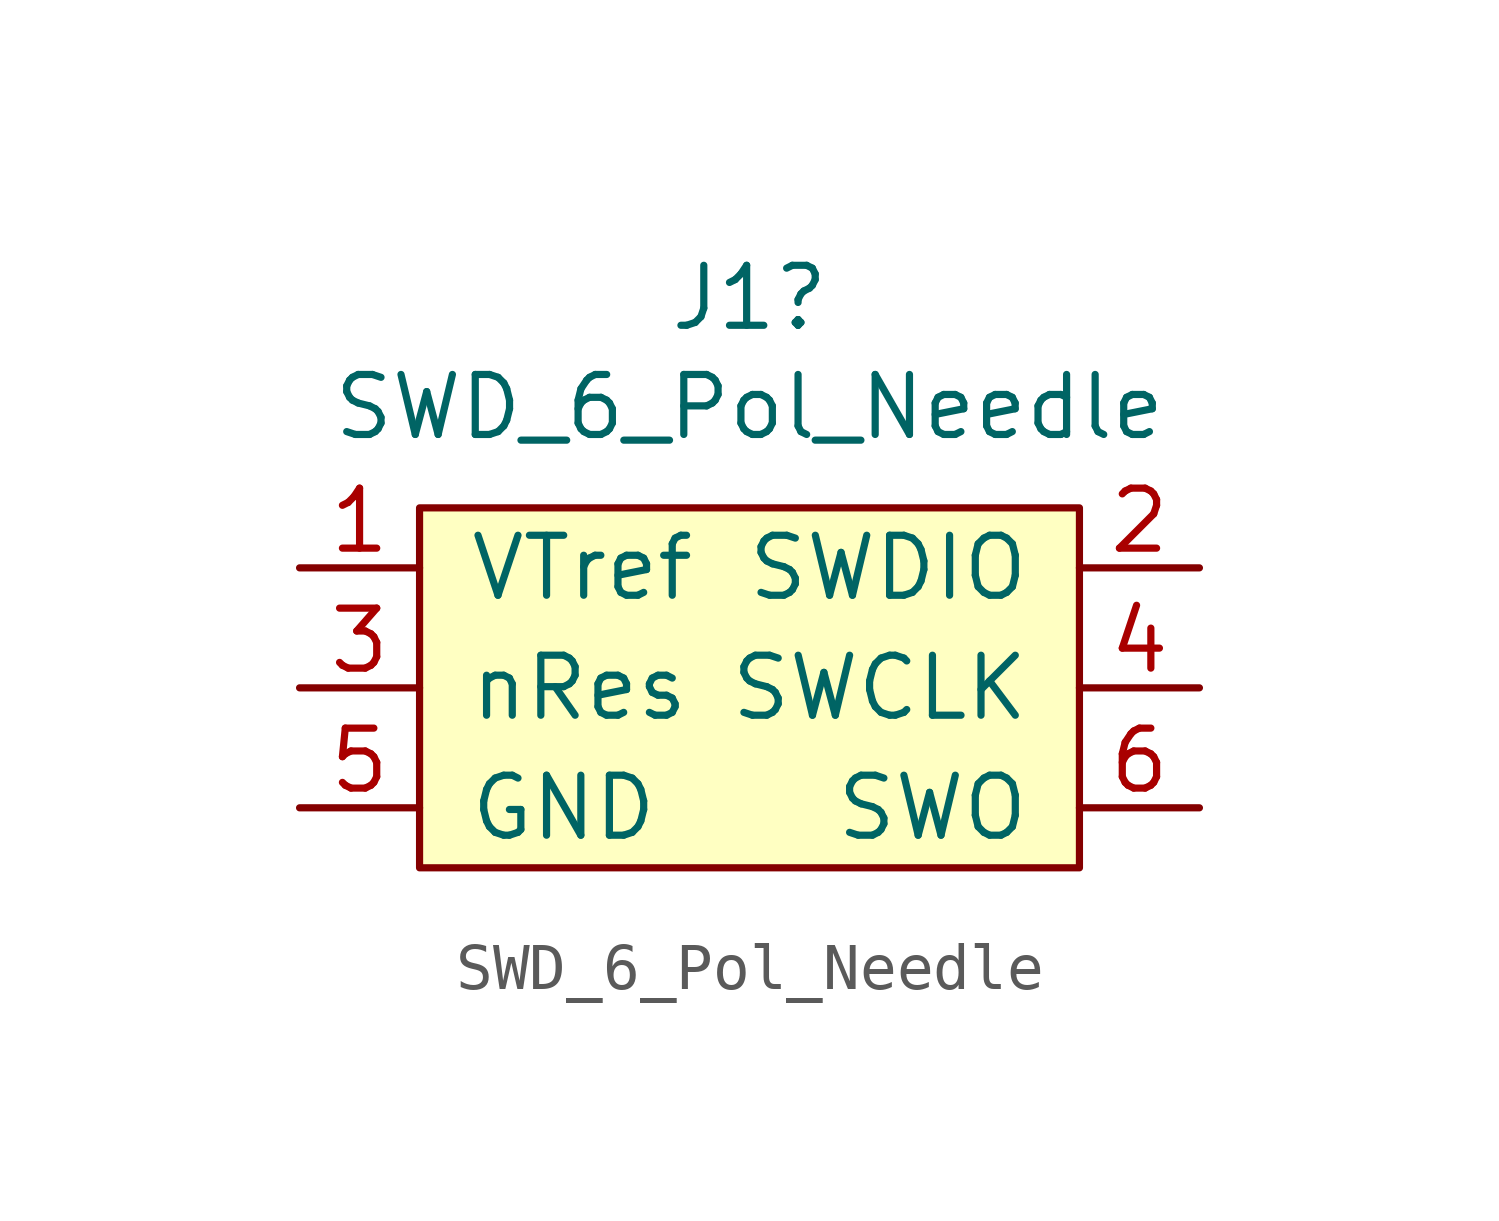
<source format=kicad_sym>
(kicad_symbol_lib
  (version 20211014)
  (generator kicad_symbol_editor)
  (symbol "SWD_6_Pol_Needle"
    (pin_names
      (offset 1.016))
    (property "Reference" "J1"
      (at 0.635 8.255 0)
      (effects (font (size 1.27 1.27))))
    (property "Value" "SWD_6_Pol_Needle"
      (at 0.635 5.944 0)
      (effects (font (size 1.27 1.27))))
    (symbol "SWD_6_Pol_Needle_0_1"
      (rectangle (start -6.35 3.81) (end 7.62 -3.81) (stroke (width 0) (type default) (color 0 0 0 0)) (fill (type background))))
    (symbol "SWD_6_Pol_Needle_1_1"
      (pin input line (at -8.89 2.54 0) (length 2.54) (name "VTref" (effects (font (size 1.27 1.27)))) (number "1" (effects (font (size 1.27 1.27)))))
      (pin bidirectional line (at 10.16 2.54 180) (length 2.54) (name "SWDIO" (effects (font (size 1.27 1.27)))) (number "2" (effects (font (size 1.27 1.27)))))
      (pin open_collector line (at -8.89 0 0) (length 2.54) (name "nRes" (effects (font (size 1.27 1.27)))) (number "3" (effects (font (size 1.27 1.27)))))
      (pin bidirectional line (at 10.16 0 180) (length 2.54) (name "SWCLK" (effects (font (size 1.27 1.27)))) (number "4" (effects (font (size 1.27 1.27)))))
      (pin power_out line (at -8.89 -2.54 0) (length 2.54) (name "GND" (effects (font (size 1.27 1.27)))) (number "5" (effects (font (size 1.27 1.27)))))
      (pin bidirectional line (at 10.16 -2.54 180) (length 2.54) (name "SWO" (effects (font (size 1.27 1.27)))) (number "6" (effects (font (size 1.27 1.27))))))))
</source>
